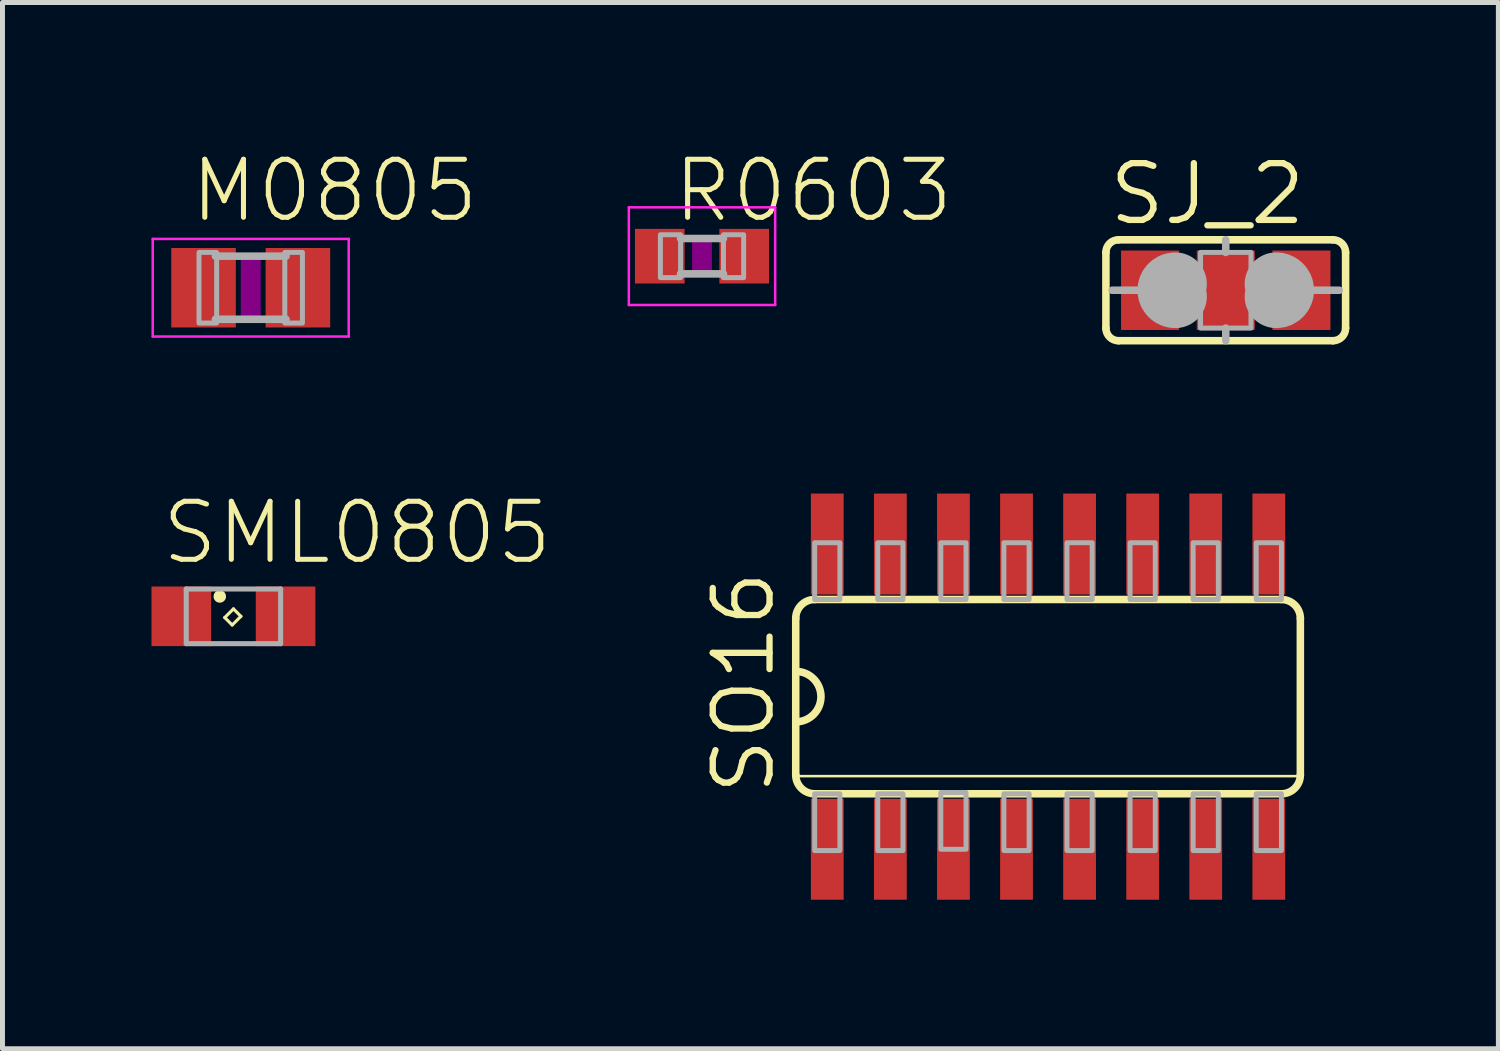
<source format=kicad_pcb>
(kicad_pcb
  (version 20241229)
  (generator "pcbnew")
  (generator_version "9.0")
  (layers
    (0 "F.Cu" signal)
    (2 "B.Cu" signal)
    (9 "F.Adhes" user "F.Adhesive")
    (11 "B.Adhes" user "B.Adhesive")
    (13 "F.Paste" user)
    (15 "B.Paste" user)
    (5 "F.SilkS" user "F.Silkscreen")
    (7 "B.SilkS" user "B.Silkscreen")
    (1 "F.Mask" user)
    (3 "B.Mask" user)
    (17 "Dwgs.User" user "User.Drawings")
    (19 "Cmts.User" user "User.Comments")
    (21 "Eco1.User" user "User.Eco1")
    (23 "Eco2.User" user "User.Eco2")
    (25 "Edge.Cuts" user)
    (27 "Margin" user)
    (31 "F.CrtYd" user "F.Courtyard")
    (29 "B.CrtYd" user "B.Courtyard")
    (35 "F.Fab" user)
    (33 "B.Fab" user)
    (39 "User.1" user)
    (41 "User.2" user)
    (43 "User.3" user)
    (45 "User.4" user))
  (footprint "M0805"
    (layer "F.Cu")
    (at 1.998 2.743)
    (property "Reference" "M0805" (at -1.27 -1.27 0) (unlocked yes) (layer "F.SilkS") (effects (font (size 1.168 1.168) (thickness 0.102)) (justify left bottom)))
    (fp_poly (pts (xy -0.2 0.6) (xy 0.2 0.6) (xy 0.2 -0.6) (xy -0.2 -0.6)) (stroke (width 0) (type default)) (fill yes) (layer "F.Adhes"))
    (fp_line (start -1.973 -0.983) (end 1.973 -0.983) (stroke (width 0.051) (type solid)) (layer "F.CrtYd"))
    (fp_line (start -1.973 0.983) (end -1.973 -0.983) (stroke (width 0.051) (type solid)) (layer "F.CrtYd"))
    (fp_line (start 1.973 -0.983) (end 1.973 0.983) (stroke (width 0.051) (type solid)) (layer "F.CrtYd"))
    (fp_line (start 1.973 0.983) (end -1.973 0.983) (stroke (width 0.051) (type solid)) (layer "F.CrtYd"))
    (fp_line (start 0.711 -0.635) (end -0.711 -0.635) (stroke (width 0.152) (type solid)) (layer "F.Fab"))
    (fp_line (start 0.711 0.635) (end -0.711 0.635) (stroke (width 0.152) (type solid)) (layer "F.Fab"))
    (fp_poly (pts (xy -1.041 0.711) (xy -0.686 0.711) (xy -0.686 -0.711) (xy -1.041 -0.711)) (stroke (width 0.1) (type default)) (fill no) (layer "F.Fab"))
    (fp_poly (pts (xy 0.686 0.711) (xy 1.041 0.711) (xy 1.041 -0.711) (xy 0.686 -0.711)) (stroke (width 0.1) (type default)) (fill no) (layer "F.Fab"))
    (pad "1" smd rect (at -0.95 0) (size 1.3 1.6) (layers "F.Cu" "F.Mask" "F.Paste"))
    (pad "2" smd rect (at 0.95 0) (size 1.3 1.6) (layers "F.Cu" "F.Mask" "F.Paste")))
  (footprint "R0603"
    (layer "F.Cu")
    (at 11.084 2.108)
    (property "Reference" "R0603" (at -0.635 -0.635 0) (unlocked yes) (layer "F.SilkS") (effects (font (size 1.168 1.168) (thickness 0.102)) (justify left bottom)))
    (fp_poly (pts (xy -0.2 0.4) (xy 0.2 0.4) (xy 0.2 -0.4) (xy -0.2 -0.4)) (stroke (width 0) (type default)) (fill yes) (layer "F.Adhes"))
    (fp_line (start -1.473 -0.983) (end 1.473 -0.983) (stroke (width 0.051) (type solid)) (layer "F.CrtYd"))
    (fp_line (start -1.473 0.983) (end -1.473 -0.983) (stroke (width 0.051) (type solid)) (layer "F.CrtYd"))
    (fp_line (start 1.473 -0.983) (end 1.473 0.983) (stroke (width 0.051) (type solid)) (layer "F.CrtYd"))
    (fp_line (start 1.473 0.983) (end -1.473 0.983) (stroke (width 0.051) (type solid)) (layer "F.CrtYd"))
    (fp_line (start -0.432 0.356) (end 0.432 0.356) (stroke (width 0.152) (type solid)) (layer "F.Fab"))
    (fp_line (start 0.432 -0.356) (end -0.432 -0.356) (stroke (width 0.152) (type solid)) (layer "F.Fab"))
    (fp_poly (pts (xy -0.838 0.432) (xy -0.432 0.432) (xy -0.432 -0.432) (xy -0.838 -0.432)) (stroke (width 0.1) (type default)) (fill no) (layer "F.Fab"))
    (fp_poly (pts (xy 0.432 0.432) (xy 0.838 0.432) (xy 0.838 -0.432) (xy 0.432 -0.432)) (stroke (width 0.1) (type default)) (fill no) (layer "F.Fab"))
    (pad "1" smd rect (at -0.85 0) (size 1 1.1) (layers "F.Cu" "F.Mask" "F.Paste"))
    (pad "2" smd rect (at 0.85 0) (size 1 1.1) (layers "F.Cu" "F.Mask" "F.Paste")))
  (footprint "SML0805"
    (layer "F.Cu")
    (at 1.65 9.359)
    (property "Reference" "SML0805" (at -1.5 -1 0) (unlocked yes) (layer "F.SilkS") (effects (font (size 1.168 1.168) (thickness 0.102)) (justify left bottom)))
    (fp_line (start -0.175 0.025) (end 0 -0.15) (stroke (width 0.063) (type solid)) (layer "F.SilkS"))
    (fp_line (start -0.025 0.175) (end -0.175 0.025) (stroke (width 0.063) (type solid)) (layer "F.SilkS"))
    (fp_line (start 0 -0.15) (end 0.15 0) (stroke (width 0.063) (type solid)) (layer "F.SilkS"))
    (fp_line (start 0.15 0) (end -0.025 0.175) (stroke (width 0.063) (type solid)) (layer "F.SilkS"))
    (fp_circle (center -0.275 -0.4) (end -0.212 -0.4) (stroke (width 0.125) (type solid)) (fill yes) (layer "F.SilkS"))
    (fp_line (start -0.95 -0.55) (end -0.95 0.55) (stroke (width 0.102) (type solid)) (layer "F.Fab"))
    (fp_line (start -0.95 0.55) (end 0.95 0.55) (stroke (width 0.102) (type solid)) (layer "F.Fab"))
    (fp_line (start 0.95 -0.55) (end -0.95 -0.55) (stroke (width 0.102) (type solid)) (layer "F.Fab"))
    (fp_line (start 0.95 0.55) (end 0.95 -0.55) (stroke (width 0.102) (type solid)) (layer "F.Fab"))
    (pad "A" smd rect (at 1.05 0) (size 1.2 1.2) (layers "F.Cu" "F.Mask" "F.Paste"))
    (pad "C" smd rect (at -1.05 0) (size 1.2 1.2) (layers "F.Cu" "F.Mask" "F.Paste")))
  (footprint "SO16"
    (layer "F.Cu")
    (at 18.051 10.976)
    (property "Reference" "SO16" (at -5.461 2.032 90) (unlocked yes) (layer "F.SilkS") (effects (font (size 1.143 1.143) (thickness 0.127)) (justify left bottom)))
    (fp_line (start -5.08 -1.575) (end -5.08 -0.508) (stroke (width 0.152) (type solid)) (layer "F.SilkS"))
    (fp_line (start -5.08 -0.508) (end -5.08 0.508) (stroke (width 0.152) (type solid)) (layer "F.SilkS"))
    (fp_line (start -5.08 0.508) (end -5.08 1.575) (stroke (width 0.152) (type solid)) (layer "F.SilkS"))
    (fp_line (start -5.08 1.6) (end 5.08 1.6) (stroke (width 0.051) (type solid)) (layer "F.SilkS"))
    (fp_line (start -4.699 1.956) (end 4.699 1.956) (stroke (width 0.152) (type solid)) (layer "F.SilkS"))
    (fp_line (start 4.699 -1.956) (end -4.699 -1.956) (stroke (width 0.152) (type solid)) (layer "F.SilkS"))
    (fp_line (start 5.08 1.575) (end 5.08 -1.575) (stroke (width 0.152) (type solid)) (layer "F.SilkS"))
    (fp_arc (start -5.08 -1.5748) (mid -4.968408 -1.844208) (end -4.699 -1.9558) (stroke (width 0.1524) (type solid)) (layer "F.SilkS"))
    (fp_arc (start -5.08 -0.508) (mid -4.572 0) (end -5.08 0.508) (stroke (width 0.1524) (type solid)) (layer "F.SilkS"))
    (fp_arc (start -4.699 1.9558) (mid -4.968408 1.844208) (end -5.08 1.5748) (stroke (width 0.1524) (type solid)) (layer "F.SilkS"))
    (fp_arc (start 4.699 -1.9558) (mid 4.968408 -1.844208) (end 5.08 -1.5748) (stroke (width 0.1524) (type solid)) (layer "F.SilkS"))
    (fp_arc (start 5.08 1.5748) (mid 4.968408 1.844208) (end 4.699 1.9558) (stroke (width 0.1524) (type solid)) (layer "F.SilkS"))
    (fp_poly (pts (xy -4.699 -1.956) (xy -4.191 -1.956) (xy -4.191 -3.099) (xy -4.699 -3.099)) (stroke (width 0.1) (type default)) (fill no) (layer "F.Fab"))
    (fp_poly (pts (xy -4.699 3.099) (xy -4.191 3.099) (xy -4.191 1.956) (xy -4.699 1.956)) (stroke (width 0.1) (type default)) (fill no) (layer "F.Fab"))
    (fp_poly (pts (xy -3.429 -1.956) (xy -2.921 -1.956) (xy -2.921 -3.099) (xy -3.429 -3.099)) (stroke (width 0.1) (type default)) (fill no) (layer "F.Fab"))
    (fp_poly (pts (xy -3.429 3.099) (xy -2.921 3.099) (xy -2.921 1.956) (xy -3.429 1.956)) (stroke (width 0.1) (type default)) (fill no) (layer "F.Fab"))
    (fp_poly (pts (xy -2.159 -1.956) (xy -1.651 -1.956) (xy -1.651 -3.099) (xy -2.159 -3.099)) (stroke (width 0.1) (type default)) (fill no) (layer "F.Fab"))
    (fp_poly (pts (xy -2.159 3.073) (xy -1.651 3.073) (xy -1.651 1.93) (xy -2.159 1.93)) (stroke (width 0.1) (type default)) (fill no) (layer "F.Fab"))
    (fp_poly (pts (xy -0.889 -1.956) (xy -0.381 -1.956) (xy -0.381 -3.099) (xy -0.889 -3.099)) (stroke (width 0.1) (type default)) (fill no) (layer "F.Fab"))
    (fp_poly (pts (xy -0.889 3.099) (xy -0.381 3.099) (xy -0.381 1.956) (xy -0.889 1.956)) (stroke (width 0.1) (type default)) (fill no) (layer "F.Fab"))
    (fp_poly (pts (xy 0.381 -1.956) (xy 0.889 -1.956) (xy 0.889 -3.099) (xy 0.381 -3.099)) (stroke (width 0.1) (type default)) (fill no) (layer "F.Fab"))
    (fp_poly (pts (xy 0.381 3.099) (xy 0.889 3.099) (xy 0.889 1.956) (xy 0.381 1.956)) (stroke (width 0.1) (type default)) (fill no) (layer "F.Fab"))
    (fp_poly (pts (xy 1.651 -1.956) (xy 2.159 -1.956) (xy 2.159 -3.099) (xy 1.651 -3.099)) (stroke (width 0.1) (type default)) (fill no) (layer "F.Fab"))
    (fp_poly (pts (xy 1.651 3.099) (xy 2.159 3.099) (xy 2.159 1.956) (xy 1.651 1.956)) (stroke (width 0.1) (type default)) (fill no) (layer "F.Fab"))
    (fp_poly (pts (xy 2.921 -1.956) (xy 3.429 -1.956) (xy 3.429 -3.099) (xy 2.921 -3.099)) (stroke (width 0.1) (type default)) (fill no) (layer "F.Fab"))
    (fp_poly (pts (xy 2.921 3.099) (xy 3.429 3.099) (xy 3.429 1.956) (xy 2.921 1.956)) (stroke (width 0.1) (type default)) (fill no) (layer "F.Fab"))
    (fp_poly (pts (xy 4.191 -1.956) (xy 4.699 -1.956) (xy 4.699 -3.099) (xy 4.191 -3.099)) (stroke (width 0.1) (type default)) (fill no) (layer "F.Fab"))
    (fp_poly (pts (xy 4.191 3.099) (xy 4.699 3.099) (xy 4.699 1.956) (xy 4.191 1.956)) (stroke (width 0.1) (type default)) (fill no) (layer "F.Fab"))
    (pad "1" smd rect (at -4.445 3.073) (size 0.66 2.032) (layers "F.Cu" "F.Mask" "F.Paste"))
    (pad "2" smd rect (at -3.175 3.073) (size 0.66 2.032) (layers "F.Cu" "F.Mask" "F.Paste"))
    (pad "3" smd rect (at -1.905 3.073) (size 0.66 2.032) (layers "F.Cu" "F.Mask" "F.Paste"))
    (pad "4" smd rect (at -0.635 3.073) (size 0.66 2.032) (layers "F.Cu" "F.Mask" "F.Paste"))
    (pad "5" smd rect (at 0.635 3.073) (size 0.66 2.032) (layers "F.Cu" "F.Mask" "F.Paste"))
    (pad "6" smd rect (at 1.905 3.073) (size 0.66 2.032) (layers "F.Cu" "F.Mask" "F.Paste"))
    (pad "7" smd rect (at 3.175 3.073) (size 0.66 2.032) (layers "F.Cu" "F.Mask" "F.Paste"))
    (pad "8" smd rect (at 4.445 3.073) (size 0.66 2.032) (layers "F.Cu" "F.Mask" "F.Paste"))
    (pad "9" smd rect (at 4.445 -3.073) (size 0.66 2.032) (layers "F.Cu" "F.Mask" "F.Paste"))
    (pad "10" smd rect (at 3.175 -3.073) (size 0.66 2.032) (layers "F.Cu" "F.Mask" "F.Paste"))
    (pad "11" smd rect (at 1.905 -3.073) (size 0.66 2.032) (layers "F.Cu" "F.Mask" "F.Paste"))
    (pad "12" smd rect (at 0.635 -3.073) (size 0.66 2.032) (layers "F.Cu" "F.Mask" "F.Paste"))
    (pad "13" smd rect (at -0.635 -3.073) (size 0.66 2.032) (layers "F.Cu" "F.Mask" "F.Paste"))
    (pad "14" smd rect (at -1.905 -3.073) (size 0.66 2.032) (layers "F.Cu" "F.Mask" "F.Paste"))
    (pad "15" smd rect (at -3.175 -3.073) (size 0.66 2.032) (layers "F.Cu" "F.Mask" "F.Paste"))
    (pad "16" smd rect (at -4.445 -3.073) (size 0.66 2.032) (layers "F.Cu" "F.Mask" "F.Paste")))
  (footprint "SJ_2"
    (layer "F.Cu")
    (at 21.629 2.794)
    (property "Reference" "SJ_2" (at -2.413 -1.27 0) (unlocked yes) (layer "F.SilkS") (effects (font (size 1.143 1.143) (thickness 0.127)) (justify left bottom)))
    (fp_line (start -2.413 0.762) (end -2.413 -0.762) (stroke (width 0.152) (type solid)) (layer "F.SilkS"))
    (fp_line (start -2.159 -1.016) (end 2.159 -1.016) (stroke (width 0.152) (type solid)) (layer "F.SilkS"))
    (fp_line (start 2.159 1.016) (end -2.159 1.016) (stroke (width 0.152) (type solid)) (layer "F.SilkS"))
    (fp_line (start 2.413 0.762) (end 2.413 -0.762) (stroke (width 0.152) (type solid)) (layer "F.SilkS"))
    (fp_arc (start -2.413 -0.762) (mid -2.338605 -0.941605) (end -2.159 -1.016) (stroke (width 0.1524) (type solid)) (layer "F.SilkS"))
    (fp_arc (start -2.159 1.016) (mid -2.338605 0.941605) (end -2.413 0.762) (stroke (width 0.1524) (type solid)) (layer "F.SilkS"))
    (fp_arc (start 2.159 -1.016) (mid 2.338605 -0.941605) (end 2.413 -0.762) (stroke (width 0.1524) (type solid)) (layer "F.SilkS"))
    (fp_arc (start 2.413 0.762) (mid 2.338605 0.941605) (end 2.159 1.016) (stroke (width 0.1524) (type solid)) (layer "F.SilkS"))
    (fp_line (start -1.778 0) (end -2.286 0) (stroke (width 0.152) (type solid)) (layer "F.Fab"))
    (fp_line (start 0 -0.762) (end 0 -1.016) (stroke (width 0.152) (type solid)) (layer "F.Fab"))
    (fp_line (start 0 1.016) (end 0 0.762) (stroke (width 0.152) (type solid)) (layer "F.Fab"))
    (fp_line (start 1.778 0) (end 2.286 0) (stroke (width 0.152) (type solid)) (layer "F.Fab"))
    (fp_arc (start -1.016 0.127) (mid -1.143 0) (end -1.016 -0.127) (stroke (width 1.27) (type solid)) (layer "F.Fab"))
    (fp_arc (start 1.016 -0.127) (mid 1.143 0) (end 1.016 0.127) (stroke (width 1.27) (type solid)) (layer "F.Fab"))
    (fp_poly (pts (xy -0.508 0.762) (xy 0.508 0.762) (xy 0.508 -0.762) (xy -0.508 -0.762)) (stroke (width 0.1) (type default)) (fill no) (layer "F.Fab"))
    (pad "1" smd rect (at -1.524 0) (size 1.168 1.6) (layers "F.Cu" "F.Mask" "F.Paste"))
    (pad "2" smd rect (at 0 0) (size 1.168 1.6) (layers "F.Cu" "F.Mask" "F.Paste"))
    (pad "3" smd rect (at 1.524 0) (size 1.168 1.6) (layers "F.Cu" "F.Mask" "F.Paste")))
  (gr_rect
    (start -3 -3)
    (end 27.118 18.065)
    (stroke (width 0.1) (type default))
    (fill no)
    (layer "Edge.Cuts")))
</source>
